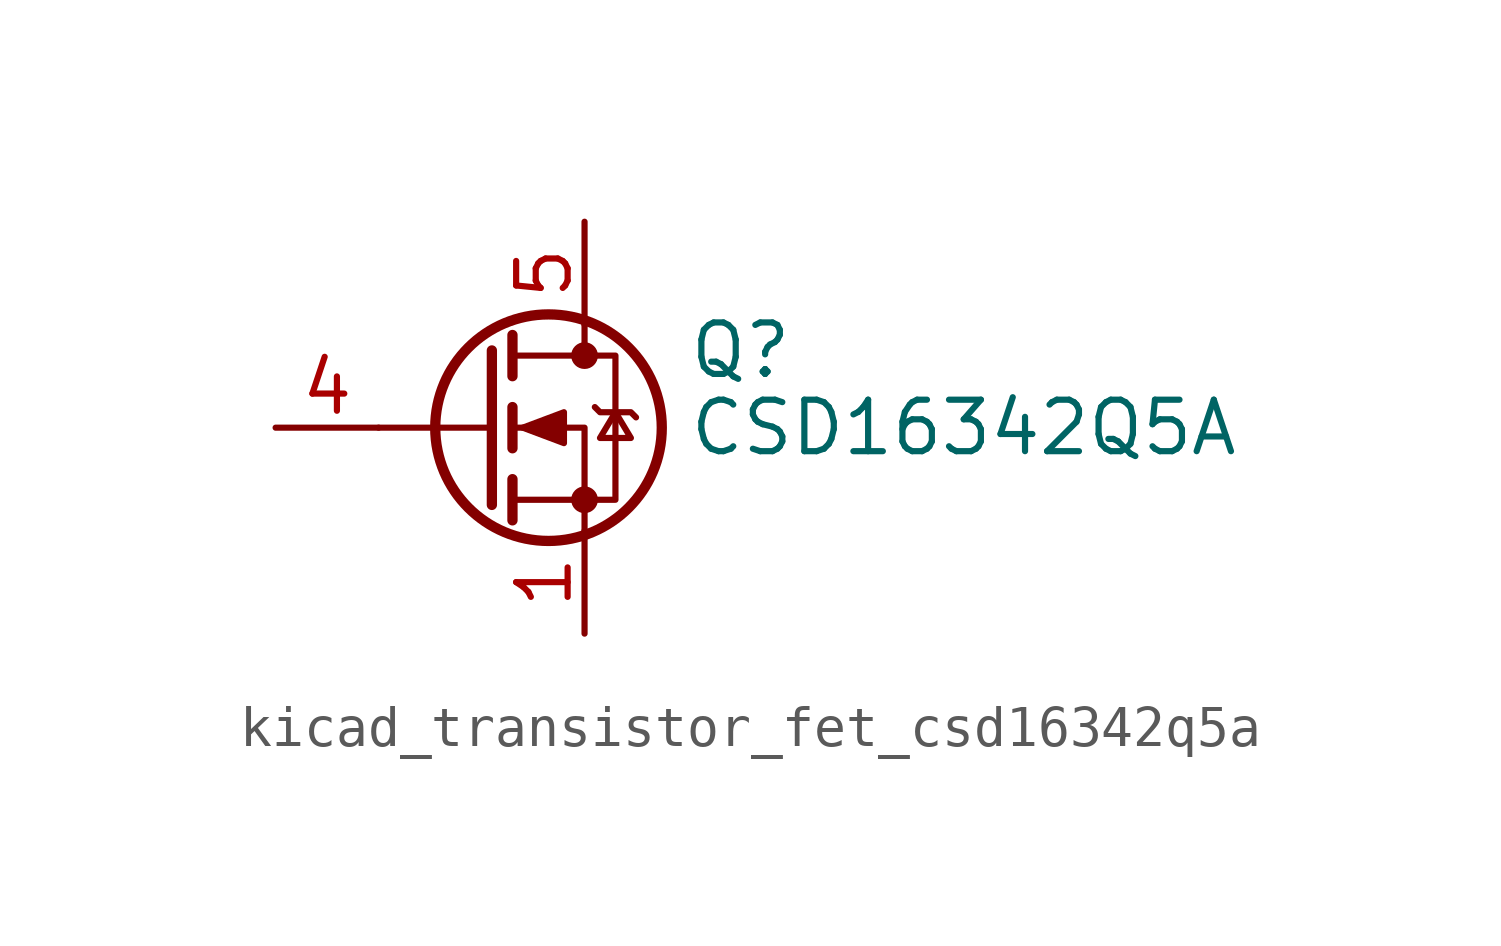
<source format=kicad_sym>
(kicad_symbol_lib
  (version 20220914)
  (generator kicad_symbol_editor)
  (symbol "kicad_transistor_fet_csd16342q5a"
    (pin_names hide)
    (property "Reference" "Q"
      (at 5.08 1.905 0)
      (effects (font (size 1.27 1.27)) (justify left)))
    (property "Value" "CSD16342Q5A"
      (at 5.08 0 0)
      (effects (font (size 1.27 1.27)) (justify left)))
    (symbol "kicad_transistor_fet_csd16342q5a_0_1"
      (polyline (pts (xy 0.254 0) (xy -2.54 0)) (stroke (width 0) (type default)) (fill (type none)))
      (polyline (pts (xy 0.254 1.905) (xy 0.254 -1.905)) (stroke (width 0.254) (type default)) (fill (type none)))
      (polyline (pts (xy 0.762 -1.27) (xy 0.762 -2.286)) (stroke (width 0.254) (type default)) (fill (type none)))
      (polyline (pts (xy 0.762 0.508) (xy 0.762 -0.508)) (stroke (width 0.254) (type default)) (fill (type none)))
      (polyline (pts (xy 0.762 2.286) (xy 0.762 1.27)) (stroke (width 0.254) (type default)) (fill (type none)))
      (polyline (pts (xy 2.54 2.54) (xy 2.54 1.778)) (stroke (width 0) (type default)) (fill (type none)))
      (polyline (pts (xy 2.54 -2.54) (xy 2.54 0) (xy 0.762 0)) (stroke (width 0) (type default)) (fill (type none)))
      (polyline (pts (xy 0.762 -1.778) (xy 3.302 -1.778) (xy 3.302 1.778) (xy 0.762 1.778)) (stroke (width 0) (type default)) (fill (type none)))
      (polyline (pts (xy 1.016 0) (xy 2.032 0.381) (xy 2.032 -0.381) (xy 1.016 0)) (stroke (width 0) (type default)) (fill (type outline)))
      (polyline (pts (xy 2.794 0.508) (xy 2.921 0.381) (xy 3.683 0.381) (xy 3.81 0.254)) (stroke (width 0) (type default)) (fill (type none)))
      (polyline (pts (xy 3.302 0.381) (xy 2.921 -0.254) (xy 3.683 -0.254) (xy 3.302 0.381)) (stroke (width 0) (type default)) (fill (type none)))
      (circle (center 1.651 0) (radius 2.794) (stroke (width 0.254) (type default)) (fill (type none)))
      (circle (center 2.54 -1.778) (radius 0.254) (stroke (width 0) (type default)) (fill (type outline)))
      (circle (center 2.54 1.778) (radius 0.254) (stroke (width 0) (type default)) (fill (type outline))))
    (symbol "kicad_transistor_fet_csd16342q5a_1_1"
      (pin passive line (at 2.54 -5.08 90) (length 2.54) (name "S" (effects (font (size 1.27 1.27)))) (number "1" (effects (font (size 1.27 1.27)))))
      (pin passive line (at 2.54 -5.08 90) (length 2.54) hide (name "S" (effects (font (size 1.27 1.27)))) (number "2" (effects (font (size 1.27 1.27)))))
      (pin passive line (at 2.54 -5.08 90) (length 2.54) hide (name "S" (effects (font (size 1.27 1.27)))) (number "3" (effects (font (size 1.27 1.27)))))
      (pin passive line (at -5.08 0 0) (length 2.54) (name "G" (effects (font (size 1.27 1.27)))) (number "4" (effects (font (size 1.27 1.27)))))
      (pin passive line (at 2.54 5.08 270) (length 2.54) (name "D" (effects (font (size 1.27 1.27)))) (number "5" (effects (font (size 1.27 1.27))))))))
</source>
